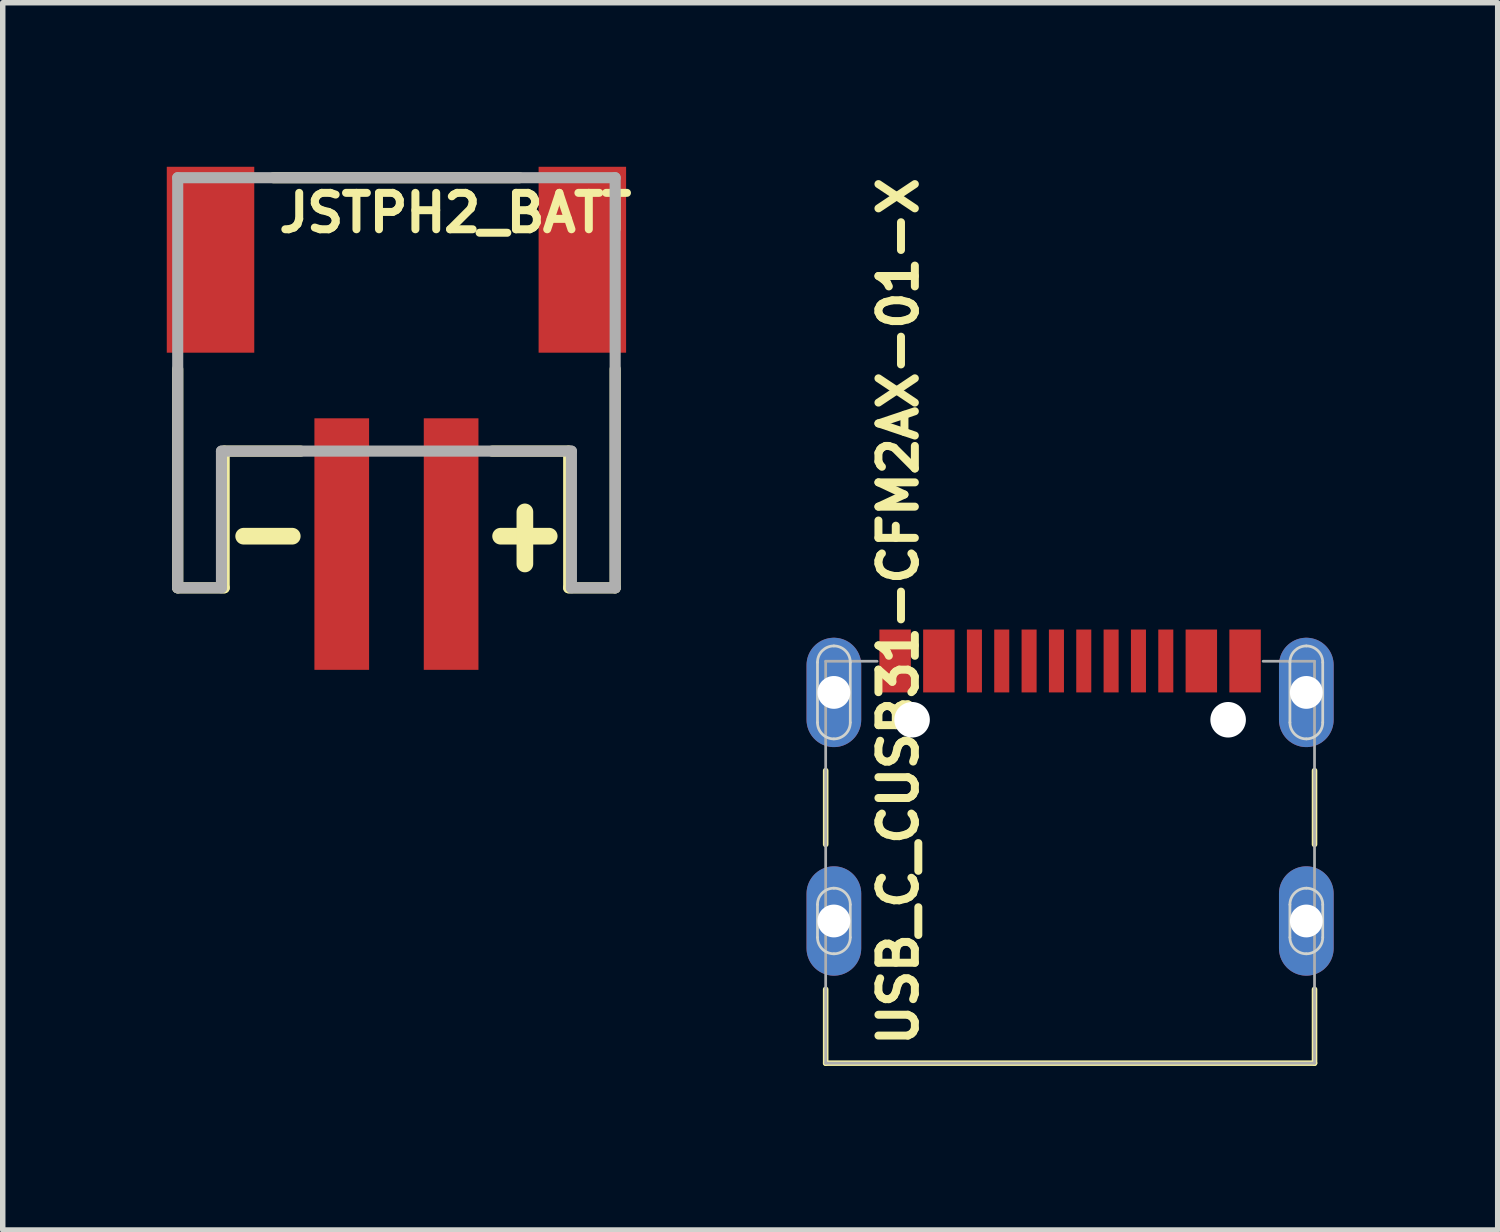
<source format=kicad_pcb>
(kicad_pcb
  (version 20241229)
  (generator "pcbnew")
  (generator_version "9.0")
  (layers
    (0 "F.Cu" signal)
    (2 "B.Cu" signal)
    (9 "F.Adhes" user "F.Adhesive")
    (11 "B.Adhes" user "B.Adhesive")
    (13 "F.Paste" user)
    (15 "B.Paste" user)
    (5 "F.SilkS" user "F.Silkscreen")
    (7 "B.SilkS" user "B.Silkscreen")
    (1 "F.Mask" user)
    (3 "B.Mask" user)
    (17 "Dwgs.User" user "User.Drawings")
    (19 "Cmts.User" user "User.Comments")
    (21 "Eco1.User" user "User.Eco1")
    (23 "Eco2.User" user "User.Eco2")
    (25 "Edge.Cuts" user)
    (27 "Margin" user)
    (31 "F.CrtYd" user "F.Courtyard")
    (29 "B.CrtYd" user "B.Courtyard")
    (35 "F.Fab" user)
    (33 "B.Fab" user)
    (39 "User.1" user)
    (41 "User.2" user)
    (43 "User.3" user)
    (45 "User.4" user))
  (footprint "USB_C_CUSB31-CFM2AX-01-X"
    (layer "F.Cu")
    (at 16.52 11.313)
    (property "Reference" "USB_C_CUSB31-CFM2AX-01-X" (at -2.75 4.83 90) (unlocked yes) (layer "F.SilkS") (effects (font (size 0.666 0.666) (thickness 0.146)) (justify left bottom)))
    (fp_line (start -4.47 1.08) (end -4.47 -0.27) (stroke (width 0.102) (type solid)) (layer "F.SilkS"))
    (fp_line (start -4.47 5.08) (end -4.47 3.73) (stroke (width 0.102) (type solid)) (layer "F.SilkS"))
    (fp_line (start 4.47 -0.27) (end 4.47 1.08) (stroke (width 0.102) (type solid)) (layer "F.SilkS"))
    (fp_line (start 4.47 3.73) (end 4.47 5.08) (stroke (width 0.102) (type solid)) (layer "F.SilkS"))
    (fp_line (start 4.47 5.08) (end -4.47 5.08) (stroke (width 0.102) (type solid)) (layer "F.SilkS"))
    (fp_poly (pts (xy -3.378 -1.702) (xy -3.023 -1.702) (xy -3.023 -2.845) (xy -3.378 -2.845)) (stroke (width 0) (type default)) (fill yes) (layer "F.Paste"))
    (fp_poly (pts (xy -2.591 -1.702) (xy -2.21 -1.702) (xy -2.21 -2.845) (xy -2.591 -2.845)) (stroke (width 0) (type default)) (fill yes) (layer "F.Paste"))
    (fp_poly (pts (xy 2.21 -1.702) (xy 2.591 -1.702) (xy 2.591 -2.845) (xy 2.21 -2.845)) (stroke (width 0) (type default)) (fill yes) (layer "F.Paste"))
    (fp_poly (pts (xy 3.023 -1.702) (xy 3.378 -1.702) (xy 3.378 -2.845) (xy 3.023 -2.845)) (stroke (width 0) (type default)) (fill yes) (layer "F.Paste"))
    (fp_poly (pts (xy -4.169 -2.669) (xy -4.034 -2.6) (xy -3.928 -2.493) (xy -3.835 -2.21) (xy -3.835 -1.194) (xy -3.859 -1.045) (xy -3.928 -0.91) (xy -4.034 -0.803) (xy -4.318 -0.711) (xy -4.449 -0.729) (xy -4.572 -0.779) (xy -4.677 -0.86) (xy -4.758 -0.965) (xy -4.826 -1.219) (xy -4.826 -2.184) (xy -4.809 -2.316) (xy -4.758 -2.438) (xy -4.677 -2.544) (xy -4.572 -2.624) (xy -4.318 -2.692)) (stroke (width 0) (type default)) (fill yes) (layer "F.Paste"))
    (fp_poly (pts (xy -4.156 1.51) (xy -4.022 1.578) (xy -3.915 1.685) (xy -3.823 1.968) (xy -3.823 2.985) (xy -3.846 3.134) (xy -3.915 3.268) (xy -4.022 3.375) (xy -4.305 3.467) (xy -4.437 3.45) (xy -4.559 3.399) (xy -4.665 3.318) (xy -4.745 3.213) (xy -4.813 2.959) (xy -4.813 1.994) (xy -4.796 1.862) (xy -4.745 1.74) (xy -4.665 1.635) (xy -4.559 1.554) (xy -4.305 1.486)) (stroke (width 0) (type default)) (fill yes) (layer "F.Paste"))
    (fp_poly (pts (xy 4.48 -2.681) (xy 4.614 -2.613) (xy 4.721 -2.506) (xy 4.813 -2.223) (xy 4.813 -1.206) (xy 4.79 -1.057) (xy 4.721 -0.923) (xy 4.614 -0.816) (xy 4.331 -0.724) (xy 4.199 -0.741) (xy 4.077 -0.792) (xy 3.971 -0.873) (xy 3.891 -0.978) (xy 3.823 -1.232) (xy 3.823 -2.197) (xy 3.84 -2.329) (xy 3.891 -2.451) (xy 3.971 -2.556) (xy 4.077 -2.637) (xy 4.331 -2.705)) (stroke (width 0) (type default)) (fill yes) (layer "F.Paste"))
    (fp_poly (pts (xy 4.48 1.51) (xy 4.614 1.578) (xy 4.721 1.685) (xy 4.813 1.968) (xy 4.813 2.985) (xy 4.79 3.134) (xy 4.721 3.268) (xy 4.614 3.375) (xy 4.331 3.467) (xy 4.199 3.45) (xy 4.077 3.399) (xy 3.971 3.318) (xy 3.891 3.213) (xy 3.823 2.959) (xy 3.823 1.994) (xy 3.84 1.862) (xy 3.891 1.74) (xy 3.971 1.635) (xy 4.077 1.554) (xy 4.331 1.486)) (stroke (width 0) (type default)) (fill yes) (layer "F.Paste"))
    (fp_line (start -4.62 -1.15) (end -4.62 -2.25) (stroke (width 0.05) (type solid)) (layer "Edge.Cuts"))
    (fp_line (start -4.62 2.78) (end -4.62 2.18) (stroke (width 0.05) (type solid)) (layer "Edge.Cuts"))
    (fp_line (start -4.02 -2.25) (end -4.02 -1.15) (stroke (width 0.05) (type solid)) (layer "Edge.Cuts"))
    (fp_line (start -4.02 2.18) (end -4.02 2.78) (stroke (width 0.05) (type solid)) (layer "Edge.Cuts"))
    (fp_line (start 4.02 -1.15) (end 4.02 -2.25) (stroke (width 0.05) (type solid)) (layer "Edge.Cuts"))
    (fp_line (start 4.02 2.78) (end 4.02 2.18) (stroke (width 0.05) (type solid)) (layer "Edge.Cuts"))
    (fp_line (start 4.62 -2.25) (end 4.62 -1.15) (stroke (width 0.05) (type solid)) (layer "Edge.Cuts"))
    (fp_line (start 4.62 2.18) (end 4.62 2.78) (stroke (width 0.05) (type solid)) (layer "Edge.Cuts"))
    (fp_arc (start -4.62 -2.25) (mid -4.532132 -2.462132) (end -4.32 -2.55) (stroke (width 0.05) (type solid)) (layer "Edge.Cuts"))
    (fp_arc (start -4.62 2.18) (mid -4.532132 1.967868) (end -4.32 1.88) (stroke (width 0.05) (type solid)) (layer "Edge.Cuts"))
    (fp_arc (start -4.32 -2.55) (mid -4.107868 -2.462132) (end -4.02 -2.25) (stroke (width 0.05) (type solid)) (layer "Edge.Cuts"))
    (fp_arc (start -4.32 -0.85) (mid -4.532132 -0.937868) (end -4.62 -1.15) (stroke (width 0.05) (type solid)) (layer "Edge.Cuts"))
    (fp_arc (start -4.32 1.88) (mid -4.107868 1.967868) (end -4.02 2.18) (stroke (width 0.05) (type solid)) (layer "Edge.Cuts"))
    (fp_arc (start -4.32 3.08) (mid -4.532132 2.992132) (end -4.62 2.78) (stroke (width 0.05) (type solid)) (layer "Edge.Cuts"))
    (fp_arc (start -4.02 -1.15) (mid -4.107868 -0.937868) (end -4.32 -0.85) (stroke (width 0.05) (type solid)) (layer "Edge.Cuts"))
    (fp_arc (start -4.02 2.78) (mid -4.107868 2.992132) (end -4.32 3.08) (stroke (width 0.05) (type solid)) (layer "Edge.Cuts"))
    (fp_arc (start 4.02 -2.25) (mid 4.107868 -2.462132) (end 4.32 -2.55) (stroke (width 0.05) (type solid)) (layer "Edge.Cuts"))
    (fp_arc (start 4.02 2.18) (mid 4.107868 1.967868) (end 4.32 1.88) (stroke (width 0.05) (type solid)) (layer "Edge.Cuts"))
    (fp_arc (start 4.32 -2.55) (mid 4.532132 -2.462132) (end 4.62 -2.25) (stroke (width 0.05) (type solid)) (layer "Edge.Cuts"))
    (fp_arc (start 4.32 -0.85) (mid 4.107868 -0.937868) (end 4.02 -1.15) (stroke (width 0.05) (type solid)) (layer "Edge.Cuts"))
    (fp_arc (start 4.32 1.88) (mid 4.532132 1.967868) (end 4.62 2.18) (stroke (width 0.05) (type solid)) (layer "Edge.Cuts"))
    (fp_arc (start 4.32 3.08) (mid 4.107868 2.992132) (end 4.02 2.78) (stroke (width 0.05) (type solid)) (layer "Edge.Cuts"))
    (fp_arc (start 4.62 -1.15) (mid 4.532132 -0.937868) (end 4.32 -0.85) (stroke (width 0.05) (type solid)) (layer "Edge.Cuts"))
    (fp_arc (start 4.62 2.78) (mid 4.532132 2.992132) (end 4.32 3.08) (stroke (width 0.05) (type solid)) (layer "Edge.Cuts"))
    (fp_line (start -4.47 -2.27) (end -3.53 -2.27) (stroke (width 0.05) (type solid)) (layer "F.Fab"))
    (fp_line (start -4.47 5.08) (end -4.47 -2.27) (stroke (width 0.05) (type solid)) (layer "F.Fab"))
    (fp_line (start 3.53 -2.27) (end 4.47 -2.27) (stroke (width 0.05) (type solid)) (layer "F.Fab"))
    (fp_line (start 4.47 -2.27) (end 4.47 5.08) (stroke (width 0.05) (type solid)) (layer "F.Fab"))
    (fp_line (start 4.47 5.08) (end -4.47 5.08) (stroke (width 0.05) (type solid)) (layer "F.Fab"))
    (pad "" np_thru_hole circle (at -2.89 -1.2) (size 0.65 0.65) (drill 0.65) (layers "*.Cu" "*.Mask"))
    (pad "" np_thru_hole circle (at 2.89 -1.2) (size 0.65 0.65) (drill 0.65) (layers "*.Cu" "*.Mask"))
    (pad "A1B12" smd rect (at -3.2 -2.275) (size 0.575 1.15) (layers "F.Cu" "F.Mask"))
    (pad "A4B9" smd rect (at -2.4 -2.275) (size 0.575 1.15) (layers "F.Cu" "F.Mask"))
    (pad "A5" smd rect (at -1.25 -2.275) (size 0.275 1.15) (layers "F.Cu" "F.Mask" "F.Paste"))
    (pad "A6" smd rect (at -0.25 -2.275) (size 0.275 1.15) (layers "F.Cu" "F.Mask" "F.Paste"))
    (pad "A7" smd rect (at 0.25 -2.275) (size 0.275 1.15) (layers "F.Cu" "F.Mask" "F.Paste"))
    (pad "A8" smd rect (at 1.25 -2.275) (size 0.275 1.15) (layers "F.Cu" "F.Mask" "F.Paste"))
    (pad "B1A12" smd rect (at 3.2 -2.275) (size 0.575 1.15) (layers "F.Cu" "F.Mask"))
    (pad "B4A9" smd rect (at 2.4 -2.275) (size 0.575 1.15) (layers "F.Cu" "F.Mask"))
    (pad "B5" smd rect (at 1.75 -2.275) (size 0.275 1.15) (layers "F.Cu" "F.Mask" "F.Paste"))
    (pad "B6" smd rect (at 0.75 -2.275) (size 0.275 1.15) (layers "F.Cu" "F.Mask" "F.Paste"))
    (pad "B7" smd rect (at -0.75 -2.275) (size 0.275 1.15) (layers "F.Cu" "F.Mask" "F.Paste"))
    (pad "B8" smd rect (at -1.75 -2.275) (size 0.275 1.15) (layers "F.Cu" "F.Mask" "F.Paste"))
    (pad "M1" thru_hole oval (at -4.32 -1.7 90) (size 2 1) (drill 0.6) (layers "*.Cu" "*.Mask"))
    (pad "M2" thru_hole oval (at 4.32 -1.7 90) (size 2 1) (drill 0.6) (layers "*.Cu" "*.Mask"))
    (pad "M3" thru_hole oval (at -4.32 2.48 90) (size 2 1) (drill 0.6) (layers "*.Cu" "*.Mask"))
    (pad "M4" thru_hole oval (at 4.32 2.48 90) (size 2 1) (drill 0.6) (layers "*.Cu" "*.Mask")))
  (footprint "JSTPH2_BATT"
    (layer "F.Cu")
    (at 4.2 4.851)
    (property "Reference" "JSTPH2_BATT" (at -2.223 -3.619 0) (unlocked yes) (layer "F.SilkS") (effects (font (size 0.666 0.666) (thickness 0.146)) (justify left bottom)))
    (fp_line (start -4 2.849) (end -4 -1.151) (stroke (width 0.203) (type solid)) (layer "F.SilkS"))
    (fp_line (start -3.15 0.349) (end -3.15 2.849) (stroke (width 0.203) (type solid)) (layer "F.SilkS"))
    (fp_line (start -3.15 2.849) (end -4 2.849) (stroke (width 0.203) (type solid)) (layer "F.SilkS"))
    (fp_line (start -2.794 1.905) (end -1.905 1.905) (stroke (width 0.305) (type solid)) (layer "F.SilkS"))
    (fp_line (start -2.25 -4.651) (end 2.25 -4.651) (stroke (width 0.203) (type solid)) (layer "F.SilkS"))
    (fp_line (start -1.75 0.349) (end -3.15 0.349) (stroke (width 0.203) (type solid)) (layer "F.SilkS"))
    (fp_line (start 1.905 1.905) (end 2.794 1.905) (stroke (width 0.305) (type solid)) (layer "F.SilkS"))
    (fp_line (start 2.349 2.413) (end 2.349 1.46) (stroke (width 0.305) (type solid)) (layer "F.SilkS"))
    (fp_line (start 3.15 0.349) (end 1.75 0.349) (stroke (width 0.203) (type solid)) (layer "F.SilkS"))
    (fp_line (start 3.15 2.849) (end 3.15 0.349) (stroke (width 0.203) (type solid)) (layer "F.SilkS"))
    (fp_line (start 4 -1.151) (end 4 2.849) (stroke (width 0.203) (type solid)) (layer "F.SilkS"))
    (fp_line (start 4 2.849) (end 3.15 2.849) (stroke (width 0.203) (type solid)) (layer "F.SilkS"))
    (fp_line (start -4 -4.651) (end 4 -4.651) (stroke (width 0.203) (type solid)) (layer "F.Fab"))
    (fp_line (start -4 2.849) (end -4 -4.651) (stroke (width 0.203) (type solid)) (layer "F.Fab"))
    (fp_line (start -3.2 0.349) (end -3.2 2.849) (stroke (width 0.203) (type solid)) (layer "F.Fab"))
    (fp_line (start -3.2 2.849) (end -4 2.849) (stroke (width 0.203) (type solid)) (layer "F.Fab"))
    (fp_line (start 3.2 0.349) (end -3.2 0.349) (stroke (width 0.203) (type solid)) (layer "F.Fab"))
    (fp_line (start 3.2 2.849) (end 3.2 0.349) (stroke (width 0.203) (type solid)) (layer "F.Fab"))
    (fp_line (start 4 -4.651) (end 4 2.849) (stroke (width 0.203) (type solid)) (layer "F.Fab"))
    (fp_line (start 4 2.849) (end 3.2 2.849) (stroke (width 0.203) (type solid)) (layer "F.Fab"))
    (pad "1" smd rect (at -1 2.049) (size 1 4.6) (layers "F.Cu" "F.Mask" "F.Paste"))
    (pad "2" smd rect (at 1 2.049) (size 1 4.6) (layers "F.Cu" "F.Mask" "F.Paste"))
    (pad "NC1" smd rect (at -3.4 -3.151 90) (size 3.4 1.6) (layers "F.Cu" "F.Mask" "F.Paste"))
    (pad "NC2" smd rect (at 3.4 -3.151 90) (size 3.4 1.6) (layers "F.Cu" "F.Mask" "F.Paste")))
  (gr_rect
    (start -3 -3)
    (end 24.34 19.444)
    (stroke (width 0.1) (type default))
    (fill no)
    (layer "Edge.Cuts")))
</source>
